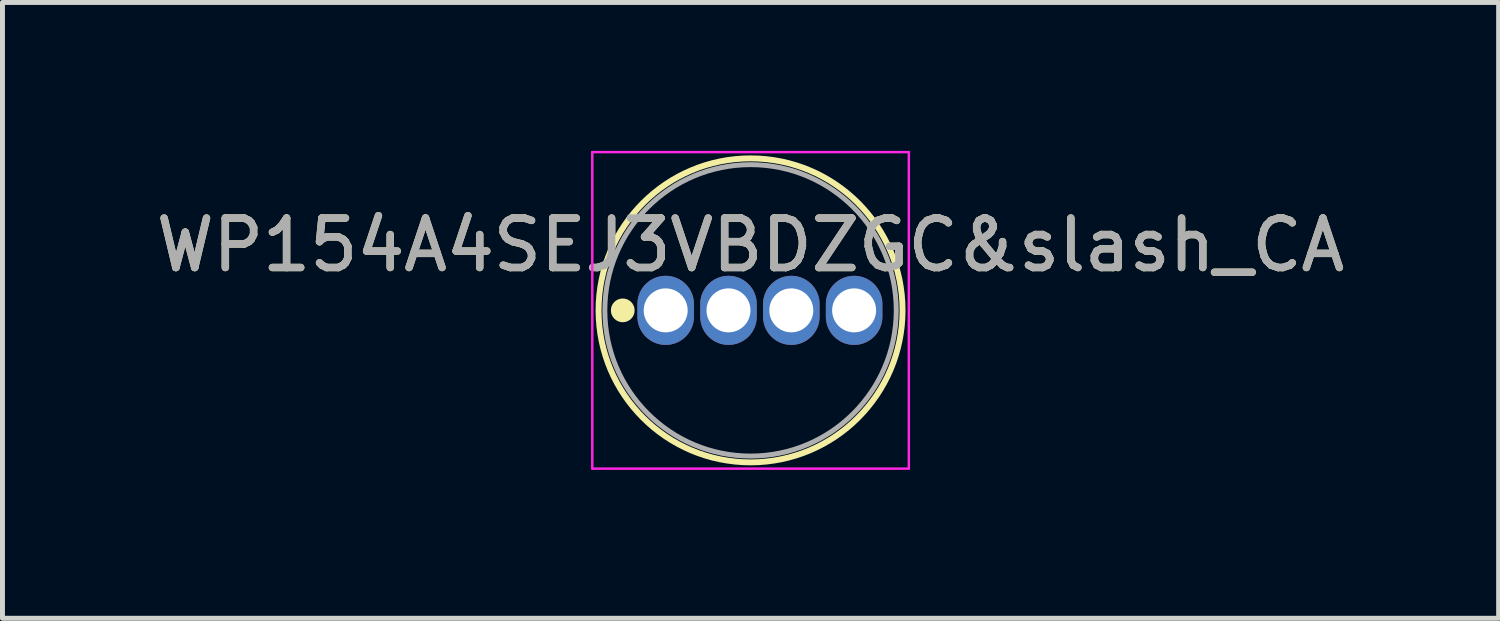
<source format=kicad_pcb>
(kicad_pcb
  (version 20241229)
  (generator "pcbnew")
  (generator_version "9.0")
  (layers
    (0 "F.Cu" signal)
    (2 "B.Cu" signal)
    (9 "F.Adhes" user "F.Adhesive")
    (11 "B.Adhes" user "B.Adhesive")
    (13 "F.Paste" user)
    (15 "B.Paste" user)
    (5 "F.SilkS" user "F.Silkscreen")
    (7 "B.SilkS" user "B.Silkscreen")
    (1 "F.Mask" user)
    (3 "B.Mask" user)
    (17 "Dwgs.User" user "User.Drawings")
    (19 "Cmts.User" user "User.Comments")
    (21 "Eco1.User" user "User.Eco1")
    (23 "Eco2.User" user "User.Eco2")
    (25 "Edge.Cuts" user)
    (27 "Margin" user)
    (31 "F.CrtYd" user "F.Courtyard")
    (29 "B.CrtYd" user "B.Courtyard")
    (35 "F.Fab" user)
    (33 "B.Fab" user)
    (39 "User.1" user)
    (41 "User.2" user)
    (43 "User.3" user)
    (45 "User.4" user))
  (footprint "WP154A4SEJ3VBDZGC&slash_CA"
    (layer "F.Cu")
    (at 12.125 3.225)
    (property "Reference" "WP154A4SEJ3VBDZGC&slash_CA" (at 0 -1.321 0) (layer "F.SilkS") (effects (font (size 1 1) (thickness 0.15))))
    (attr through_hole)
    (fp_circle (center -2.584 0) (end -2.464 0) (stroke (width 0.24) (type solid)) (fill no) (layer "F.SilkS"))
    (fp_circle (center 0 0) (end 3.073 0) (stroke (width 0.12) (type solid)) (fill no) (layer "F.SilkS"))
    (fp_line (start -3.2 -3.2) (end 3.2 -3.2) (stroke (width 0.05) (type solid)) (layer "F.CrtYd"))
    (fp_line (start -3.2 3.2) (end -3.2 -3.2) (stroke (width 0.05) (type solid)) (layer "F.CrtYd"))
    (fp_line (start 3.2 -3.2) (end 3.2 3.2) (stroke (width 0.05) (type solid)) (layer "F.CrtYd"))
    (fp_line (start 3.2 3.2) (end -3.2 3.2) (stroke (width 0.05) (type solid)) (layer "F.CrtYd"))
    (fp_circle (center 0 0) (end 2.946 0) (stroke (width 0.1) (type solid)) (fill no) (layer "F.Fab"))
    (fp_text user "${REFERENCE}" (at 0 -1.321 0) (layer "F.Fab") (effects (font (size 1 1) (thickness 0.15))))
    (pad "1" thru_hole oval (at -1.716 0) (size 1.143 1.397) (drill 0.889) (layers "*.Cu" "*.Mask"))
    (pad "2" thru_hole oval (at -0.446 0) (size 1.143 1.397) (drill 0.889) (layers "*.Cu" "*.Mask"))
    (pad "3" thru_hole oval (at 0.824 0) (size 1.143 1.397) (drill 0.889) (layers "*.Cu" "*.Mask"))
    (pad "4" thru_hole oval (at 2.094 0) (size 1.143 1.397) (drill 0.889) (layers "*.Cu" "*.Mask")))
  (gr_rect
    (start -3 -3)
    (end 27.25 9.451)
    (stroke (width 0.1) (type default))
    (fill no)
    (layer "Edge.Cuts")))
</source>
